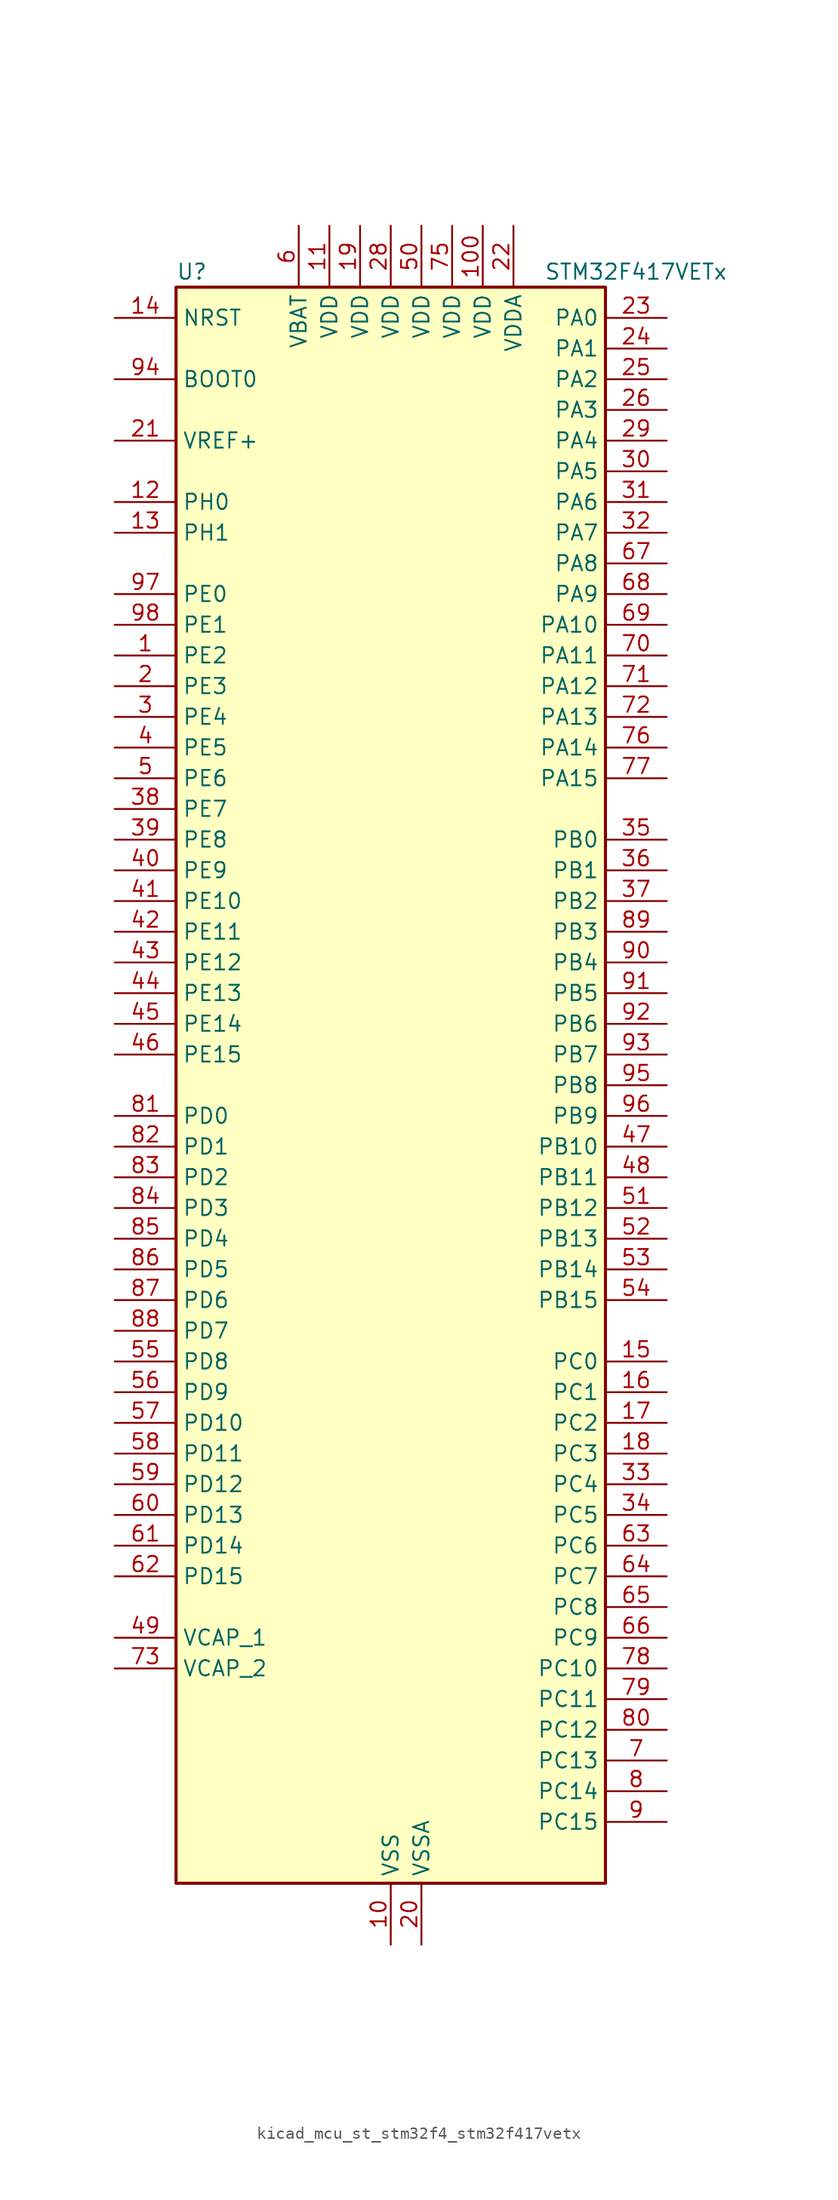
<source format=kicad_sym>
(kicad_symbol_lib
  (version 20220914)
  (generator kicad_symbol_editor)
  (symbol "kicad_mcu_st_stm32f4_stm32f417vetx"
    (property "Reference" "U"
      (at -17.78 67.31 0)
      (effects (font (size 1.27 1.27)) (justify left)))
    (property "Value" "STM32F417VETx"
      (at 12.7 67.31 0)
      (effects (font (size 1.27 1.27)) (justify left)))
    (property "ki_locked" ""
      (at 0 0 0)
      (effects (font (size 1.27 1.27))))
    (symbol "kicad_mcu_st_stm32f4_stm32f417vetx_0_1"
      (rectangle (start -17.78 -66.04) (end 17.78 66.04) (stroke (width 0.254) (type default)) (fill (type background))))
    (symbol "kicad_mcu_st_stm32f4_stm32f417vetx_1_1"
      (pin bidirectional line (at -22.86 35.56 0) (length 5.08) (name "PE2" (effects (font (size 1.27 1.27)))) (number "1" (effects (font (size 1.27 1.27)))) (alternate "ETH_TXD3" bidirectional line) (alternate "FSMC_A23" bidirectional line) (alternate "SYS_TRACECLK" bidirectional line))
      (pin power_in line (at 0 -71.12 90) (length 5.08) (name "VSS" (effects (font (size 1.27 1.27)))) (number "10" (effects (font (size 1.27 1.27)))))
      (pin power_in line (at 7.62 71.12 270) (length 5.08) (name "VDD" (effects (font (size 1.27 1.27)))) (number "100" (effects (font (size 1.27 1.27)))))
      (pin power_in line (at -5.08 71.12 270) (length 5.08) (name "VDD" (effects (font (size 1.27 1.27)))) (number "11" (effects (font (size 1.27 1.27)))))
      (pin bidirectional line (at -22.86 48.26 0) (length 5.08) (name "PH0" (effects (font (size 1.27 1.27)))) (number "12" (effects (font (size 1.27 1.27)))) (alternate "RCC_OSC_IN" bidirectional line))
      (pin bidirectional line (at -22.86 45.72 0) (length 5.08) (name "PH1" (effects (font (size 1.27 1.27)))) (number "13" (effects (font (size 1.27 1.27)))) (alternate "RCC_OSC_OUT" bidirectional line))
      (pin input line (at -22.86 63.5 0) (length 5.08) (name "NRST" (effects (font (size 1.27 1.27)))) (number "14" (effects (font (size 1.27 1.27)))))
      (pin bidirectional line (at 22.86 -22.86 180) (length 5.08) (name "PC0" (effects (font (size 1.27 1.27)))) (number "15" (effects (font (size 1.27 1.27)))) (alternate "ADC1_IN10" bidirectional line) (alternate "ADC2_IN10" bidirectional line) (alternate "ADC3_IN10" bidirectional line) (alternate "USB_OTG_HS_ULPI_STP" bidirectional line))
      (pin bidirectional line (at 22.86 -25.4 180) (length 5.08) (name "PC1" (effects (font (size 1.27 1.27)))) (number "16" (effects (font (size 1.27 1.27)))) (alternate "ADC1_IN11" bidirectional line) (alternate "ADC2_IN11" bidirectional line) (alternate "ADC3_IN11" bidirectional line) (alternate "ETH_MDC" bidirectional line))
      (pin bidirectional line (at 22.86 -27.94 180) (length 5.08) (name "PC2" (effects (font (size 1.27 1.27)))) (number "17" (effects (font (size 1.27 1.27)))) (alternate "ADC1_IN12" bidirectional line) (alternate "ADC2_IN12" bidirectional line) (alternate "ADC3_IN12" bidirectional line) (alternate "ETH_TXD2" bidirectional line) (alternate "I2S2_ext_SD" bidirectional line) (alternate "SPI2_MISO" bidirectional line) (alternate "USB_OTG_HS_ULPI_DIR" bidirectional line))
      (pin bidirectional line (at 22.86 -30.48 180) (length 5.08) (name "PC3" (effects (font (size 1.27 1.27)))) (number "18" (effects (font (size 1.27 1.27)))) (alternate "ADC1_IN13" bidirectional line) (alternate "ADC2_IN13" bidirectional line) (alternate "ADC3_IN13" bidirectional line) (alternate "ETH_TX_CLK" bidirectional line) (alternate "I2S2_SD" bidirectional line) (alternate "SPI2_MOSI" bidirectional line) (alternate "USB_OTG_HS_ULPI_NXT" bidirectional line))
      (pin power_in line (at -2.54 71.12 270) (length 5.08) (name "VDD" (effects (font (size 1.27 1.27)))) (number "19" (effects (font (size 1.27 1.27)))))
      (pin bidirectional line (at -22.86 33.02 0) (length 5.08) (name "PE3" (effects (font (size 1.27 1.27)))) (number "2" (effects (font (size 1.27 1.27)))) (alternate "FSMC_A19" bidirectional line) (alternate "SYS_TRACED0" bidirectional line))
      (pin power_in line (at 2.54 -71.12 90) (length 5.08) (name "VSSA" (effects (font (size 1.27 1.27)))) (number "20" (effects (font (size 1.27 1.27)))))
      (pin input line (at -22.86 53.34 0) (length 5.08) (name "VREF+" (effects (font (size 1.27 1.27)))) (number "21" (effects (font (size 1.27 1.27)))))
      (pin power_in line (at 10.16 71.12 270) (length 5.08) (name "VDDA" (effects (font (size 1.27 1.27)))) (number "22" (effects (font (size 1.27 1.27)))))
      (pin bidirectional line (at 22.86 63.5 180) (length 5.08) (name "PA0" (effects (font (size 1.27 1.27)))) (number "23" (effects (font (size 1.27 1.27)))) (alternate "ADC1_IN0" bidirectional line) (alternate "ADC2_IN0" bidirectional line) (alternate "ADC3_IN0" bidirectional line) (alternate "ETH_CRS" bidirectional line) (alternate "SYS_WKUP" bidirectional line) (alternate "TIM2_CH1" bidirectional line) (alternate "TIM2_ETR" bidirectional line) (alternate "TIM5_CH1" bidirectional line) (alternate "TIM8_ETR" bidirectional line) (alternate "UART4_TX" bidirectional line) (alternate "USART2_CTS" bidirectional line))
      (pin bidirectional line (at 22.86 60.96 180) (length 5.08) (name "PA1" (effects (font (size 1.27 1.27)))) (number "24" (effects (font (size 1.27 1.27)))) (alternate "ADC1_IN1" bidirectional line) (alternate "ADC2_IN1" bidirectional line) (alternate "ADC3_IN1" bidirectional line) (alternate "ETH_REF_CLK" bidirectional line) (alternate "ETH_RX_CLK" bidirectional line) (alternate "TIM2_CH2" bidirectional line) (alternate "TIM5_CH2" bidirectional line) (alternate "UART4_RX" bidirectional line) (alternate "USART2_RTS" bidirectional line))
      (pin bidirectional line (at 22.86 58.42 180) (length 5.08) (name "PA2" (effects (font (size 1.27 1.27)))) (number "25" (effects (font (size 1.27 1.27)))) (alternate "ADC1_IN2" bidirectional line) (alternate "ADC2_IN2" bidirectional line) (alternate "ADC3_IN2" bidirectional line) (alternate "ETH_MDIO" bidirectional line) (alternate "TIM2_CH3" bidirectional line) (alternate "TIM5_CH3" bidirectional line) (alternate "TIM9_CH1" bidirectional line) (alternate "USART2_TX" bidirectional line))
      (pin bidirectional line (at 22.86 55.88 180) (length 5.08) (name "PA3" (effects (font (size 1.27 1.27)))) (number "26" (effects (font (size 1.27 1.27)))) (alternate "ADC1_IN3" bidirectional line) (alternate "ADC2_IN3" bidirectional line) (alternate "ADC3_IN3" bidirectional line) (alternate "ETH_COL" bidirectional line) (alternate "TIM2_CH4" bidirectional line) (alternate "TIM5_CH4" bidirectional line) (alternate "TIM9_CH2" bidirectional line) (alternate "USART2_RX" bidirectional line) (alternate "USB_OTG_HS_ULPI_D0" bidirectional line))
      (pin passive line (at 0 -71.12 90) (length 5.08) hide (name "VSS" (effects (font (size 1.27 1.27)))) (number "27" (effects (font (size 1.27 1.27)))))
      (pin power_in line (at 0 71.12 270) (length 5.08) (name "VDD" (effects (font (size 1.27 1.27)))) (number "28" (effects (font (size 1.27 1.27)))))
      (pin bidirectional line (at 22.86 53.34 180) (length 5.08) (name "PA4" (effects (font (size 1.27 1.27)))) (number "29" (effects (font (size 1.27 1.27)))) (alternate "ADC1_IN4" bidirectional line) (alternate "ADC2_IN4" bidirectional line) (alternate "DAC_OUT1" bidirectional line) (alternate "DCMI_HSYNC" bidirectional line) (alternate "I2S3_WS" bidirectional line) (alternate "SPI1_NSS" bidirectional line) (alternate "SPI3_NSS" bidirectional line) (alternate "USART2_CK" bidirectional line) (alternate "USB_OTG_HS_SOF" bidirectional line))
      (pin bidirectional line (at -22.86 30.48 0) (length 5.08) (name "PE4" (effects (font (size 1.27 1.27)))) (number "3" (effects (font (size 1.27 1.27)))) (alternate "DCMI_D4" bidirectional line) (alternate "FSMC_A20" bidirectional line) (alternate "SYS_TRACED1" bidirectional line))
      (pin bidirectional line (at 22.86 50.8 180) (length 5.08) (name "PA5" (effects (font (size 1.27 1.27)))) (number "30" (effects (font (size 1.27 1.27)))) (alternate "ADC1_IN5" bidirectional line) (alternate "ADC2_IN5" bidirectional line) (alternate "DAC_OUT2" bidirectional line) (alternate "SPI1_SCK" bidirectional line) (alternate "TIM2_CH1" bidirectional line) (alternate "TIM2_ETR" bidirectional line) (alternate "TIM8_CH1N" bidirectional line) (alternate "USB_OTG_HS_ULPI_CK" bidirectional line))
      (pin bidirectional line (at 22.86 48.26 180) (length 5.08) (name "PA6" (effects (font (size 1.27 1.27)))) (number "31" (effects (font (size 1.27 1.27)))) (alternate "ADC1_IN6" bidirectional line) (alternate "ADC2_IN6" bidirectional line) (alternate "DCMI_PIXCLK" bidirectional line) (alternate "SPI1_MISO" bidirectional line) (alternate "TIM13_CH1" bidirectional line) (alternate "TIM1_BKIN" bidirectional line) (alternate "TIM3_CH1" bidirectional line) (alternate "TIM8_BKIN" bidirectional line))
      (pin bidirectional line (at 22.86 45.72 180) (length 5.08) (name "PA7" (effects (font (size 1.27 1.27)))) (number "32" (effects (font (size 1.27 1.27)))) (alternate "ADC1_IN7" bidirectional line) (alternate "ADC2_IN7" bidirectional line) (alternate "ETH_CRS_DV" bidirectional line) (alternate "ETH_RX_DV" bidirectional line) (alternate "SPI1_MOSI" bidirectional line) (alternate "TIM14_CH1" bidirectional line) (alternate "TIM1_CH1N" bidirectional line) (alternate "TIM3_CH2" bidirectional line) (alternate "TIM8_CH1N" bidirectional line))
      (pin bidirectional line (at 22.86 -33.02 180) (length 5.08) (name "PC4" (effects (font (size 1.27 1.27)))) (number "33" (effects (font (size 1.27 1.27)))) (alternate "ADC1_IN14" bidirectional line) (alternate "ADC2_IN14" bidirectional line) (alternate "ETH_RXD0" bidirectional line))
      (pin bidirectional line (at 22.86 -35.56 180) (length 5.08) (name "PC5" (effects (font (size 1.27 1.27)))) (number "34" (effects (font (size 1.27 1.27)))) (alternate "ADC1_IN15" bidirectional line) (alternate "ADC2_IN15" bidirectional line) (alternate "ETH_RXD1" bidirectional line))
      (pin bidirectional line (at 22.86 20.32 180) (length 5.08) (name "PB0" (effects (font (size 1.27 1.27)))) (number "35" (effects (font (size 1.27 1.27)))) (alternate "ADC1_IN8" bidirectional line) (alternate "ADC2_IN8" bidirectional line) (alternate "ETH_RXD2" bidirectional line) (alternate "TIM1_CH2N" bidirectional line) (alternate "TIM3_CH3" bidirectional line) (alternate "TIM8_CH2N" bidirectional line) (alternate "USB_OTG_HS_ULPI_D1" bidirectional line))
      (pin bidirectional line (at 22.86 17.78 180) (length 5.08) (name "PB1" (effects (font (size 1.27 1.27)))) (number "36" (effects (font (size 1.27 1.27)))) (alternate "ADC1_IN9" bidirectional line) (alternate "ADC2_IN9" bidirectional line) (alternate "ETH_RXD3" bidirectional line) (alternate "TIM1_CH3N" bidirectional line) (alternate "TIM3_CH4" bidirectional line) (alternate "TIM8_CH3N" bidirectional line) (alternate "USB_OTG_HS_ULPI_D2" bidirectional line))
      (pin bidirectional line (at 22.86 15.24 180) (length 5.08) (name "PB2" (effects (font (size 1.27 1.27)))) (number "37" (effects (font (size 1.27 1.27)))))
      (pin bidirectional line (at -22.86 22.86 0) (length 5.08) (name "PE7" (effects (font (size 1.27 1.27)))) (number "38" (effects (font (size 1.27 1.27)))) (alternate "FSMC_D4" bidirectional line) (alternate "FSMC_DA4" bidirectional line) (alternate "TIM1_ETR" bidirectional line))
      (pin bidirectional line (at -22.86 20.32 0) (length 5.08) (name "PE8" (effects (font (size 1.27 1.27)))) (number "39" (effects (font (size 1.27 1.27)))) (alternate "FSMC_D5" bidirectional line) (alternate "FSMC_DA5" bidirectional line) (alternate "TIM1_CH1N" bidirectional line))
      (pin bidirectional line (at -22.86 27.94 0) (length 5.08) (name "PE5" (effects (font (size 1.27 1.27)))) (number "4" (effects (font (size 1.27 1.27)))) (alternate "DCMI_D6" bidirectional line) (alternate "FSMC_A21" bidirectional line) (alternate "SYS_TRACED2" bidirectional line) (alternate "TIM9_CH1" bidirectional line))
      (pin bidirectional line (at -22.86 17.78 0) (length 5.08) (name "PE9" (effects (font (size 1.27 1.27)))) (number "40" (effects (font (size 1.27 1.27)))) (alternate "DAC_EXTI9" bidirectional line) (alternate "FSMC_D6" bidirectional line) (alternate "FSMC_DA6" bidirectional line) (alternate "TIM1_CH1" bidirectional line))
      (pin bidirectional line (at -22.86 15.24 0) (length 5.08) (name "PE10" (effects (font (size 1.27 1.27)))) (number "41" (effects (font (size 1.27 1.27)))) (alternate "FSMC_D7" bidirectional line) (alternate "FSMC_DA7" bidirectional line) (alternate "TIM1_CH2N" bidirectional line))
      (pin bidirectional line (at -22.86 12.7 0) (length 5.08) (name "PE11" (effects (font (size 1.27 1.27)))) (number "42" (effects (font (size 1.27 1.27)))) (alternate "ADC1_EXTI11" bidirectional line) (alternate "ADC2_EXTI11" bidirectional line) (alternate "ADC3_EXTI11" bidirectional line) (alternate "FSMC_D8" bidirectional line) (alternate "FSMC_DA8" bidirectional line) (alternate "TIM1_CH2" bidirectional line))
      (pin bidirectional line (at -22.86 10.16 0) (length 5.08) (name "PE12" (effects (font (size 1.27 1.27)))) (number "43" (effects (font (size 1.27 1.27)))) (alternate "FSMC_D9" bidirectional line) (alternate "FSMC_DA9" bidirectional line) (alternate "TIM1_CH3N" bidirectional line))
      (pin bidirectional line (at -22.86 7.62 0) (length 5.08) (name "PE13" (effects (font (size 1.27 1.27)))) (number "44" (effects (font (size 1.27 1.27)))) (alternate "FSMC_D10" bidirectional line) (alternate "FSMC_DA10" bidirectional line) (alternate "TIM1_CH3" bidirectional line))
      (pin bidirectional line (at -22.86 5.08 0) (length 5.08) (name "PE14" (effects (font (size 1.27 1.27)))) (number "45" (effects (font (size 1.27 1.27)))) (alternate "FSMC_D11" bidirectional line) (alternate "FSMC_DA11" bidirectional line) (alternate "TIM1_CH4" bidirectional line))
      (pin bidirectional line (at -22.86 2.54 0) (length 5.08) (name "PE15" (effects (font (size 1.27 1.27)))) (number "46" (effects (font (size 1.27 1.27)))) (alternate "ADC1_EXTI15" bidirectional line) (alternate "ADC2_EXTI15" bidirectional line) (alternate "ADC3_EXTI15" bidirectional line) (alternate "FSMC_D12" bidirectional line) (alternate "FSMC_DA12" bidirectional line) (alternate "TIM1_BKIN" bidirectional line))
      (pin bidirectional line (at 22.86 -5.08 180) (length 5.08) (name "PB10" (effects (font (size 1.27 1.27)))) (number "47" (effects (font (size 1.27 1.27)))) (alternate "ETH_RX_ER" bidirectional line) (alternate "I2C2_SCL" bidirectional line) (alternate "I2S2_CK" bidirectional line) (alternate "SPI2_SCK" bidirectional line) (alternate "TIM2_CH3" bidirectional line) (alternate "USART3_TX" bidirectional line) (alternate "USB_OTG_HS_ULPI_D3" bidirectional line))
      (pin bidirectional line (at 22.86 -7.62 180) (length 5.08) (name "PB11" (effects (font (size 1.27 1.27)))) (number "48" (effects (font (size 1.27 1.27)))) (alternate "ADC1_EXTI11" bidirectional line) (alternate "ADC2_EXTI11" bidirectional line) (alternate "ADC3_EXTI11" bidirectional line) (alternate "ETH_TX_EN" bidirectional line) (alternate "I2C2_SDA" bidirectional line) (alternate "TIM2_CH4" bidirectional line) (alternate "USART3_RX" bidirectional line) (alternate "USB_OTG_HS_ULPI_D4" bidirectional line))
      (pin power_out line (at -22.86 -45.72 0) (length 5.08) (name "VCAP_1" (effects (font (size 1.27 1.27)))) (number "49" (effects (font (size 1.27 1.27)))))
      (pin bidirectional line (at -22.86 25.4 0) (length 5.08) (name "PE6" (effects (font (size 1.27 1.27)))) (number "5" (effects (font (size 1.27 1.27)))) (alternate "DCMI_D7" bidirectional line) (alternate "FSMC_A22" bidirectional line) (alternate "SYS_TRACED3" bidirectional line) (alternate "TIM9_CH2" bidirectional line))
      (pin power_in line (at 2.54 71.12 270) (length 5.08) (name "VDD" (effects (font (size 1.27 1.27)))) (number "50" (effects (font (size 1.27 1.27)))))
      (pin bidirectional line (at 22.86 -10.16 180) (length 5.08) (name "PB12" (effects (font (size 1.27 1.27)))) (number "51" (effects (font (size 1.27 1.27)))) (alternate "CAN2_RX" bidirectional line) (alternate "ETH_TXD0" bidirectional line) (alternate "I2C2_SMBA" bidirectional line) (alternate "I2S2_WS" bidirectional line) (alternate "SPI2_NSS" bidirectional line) (alternate "TIM1_BKIN" bidirectional line) (alternate "USART3_CK" bidirectional line) (alternate "USB_OTG_HS_ID" bidirectional line) (alternate "USB_OTG_HS_ULPI_D5" bidirectional line))
      (pin bidirectional line (at 22.86 -12.7 180) (length 5.08) (name "PB13" (effects (font (size 1.27 1.27)))) (number "52" (effects (font (size 1.27 1.27)))) (alternate "CAN2_TX" bidirectional line) (alternate "ETH_TXD1" bidirectional line) (alternate "I2S2_CK" bidirectional line) (alternate "SPI2_SCK" bidirectional line) (alternate "TIM1_CH1N" bidirectional line) (alternate "USART3_CTS" bidirectional line) (alternate "USB_OTG_HS_ULPI_D6" bidirectional line) (alternate "USB_OTG_HS_VBUS" bidirectional line))
      (pin bidirectional line (at 22.86 -15.24 180) (length 5.08) (name "PB14" (effects (font (size 1.27 1.27)))) (number "53" (effects (font (size 1.27 1.27)))) (alternate "I2S2_ext_SD" bidirectional line) (alternate "SPI2_MISO" bidirectional line) (alternate "TIM12_CH1" bidirectional line) (alternate "TIM1_CH2N" bidirectional line) (alternate "TIM8_CH2N" bidirectional line) (alternate "USART3_RTS" bidirectional line) (alternate "USB_OTG_HS_DM" bidirectional line))
      (pin bidirectional line (at 22.86 -17.78 180) (length 5.08) (name "PB15" (effects (font (size 1.27 1.27)))) (number "54" (effects (font (size 1.27 1.27)))) (alternate "ADC1_EXTI15" bidirectional line) (alternate "ADC2_EXTI15" bidirectional line) (alternate "ADC3_EXTI15" bidirectional line) (alternate "I2S2_SD" bidirectional line) (alternate "RTC_REFIN" bidirectional line) (alternate "SPI2_MOSI" bidirectional line) (alternate "TIM12_CH2" bidirectional line) (alternate "TIM1_CH3N" bidirectional line) (alternate "TIM8_CH3N" bidirectional line) (alternate "USB_OTG_HS_DP" bidirectional line))
      (pin bidirectional line (at -22.86 -22.86 0) (length 5.08) (name "PD8" (effects (font (size 1.27 1.27)))) (number "55" (effects (font (size 1.27 1.27)))) (alternate "FSMC_D13" bidirectional line) (alternate "FSMC_DA13" bidirectional line) (alternate "USART3_TX" bidirectional line))
      (pin bidirectional line (at -22.86 -25.4 0) (length 5.08) (name "PD9" (effects (font (size 1.27 1.27)))) (number "56" (effects (font (size 1.27 1.27)))) (alternate "DAC_EXTI9" bidirectional line) (alternate "FSMC_D14" bidirectional line) (alternate "FSMC_DA14" bidirectional line) (alternate "USART3_RX" bidirectional line))
      (pin bidirectional line (at -22.86 -27.94 0) (length 5.08) (name "PD10" (effects (font (size 1.27 1.27)))) (number "57" (effects (font (size 1.27 1.27)))) (alternate "FSMC_D15" bidirectional line) (alternate "FSMC_DA15" bidirectional line) (alternate "USART3_CK" bidirectional line))
      (pin bidirectional line (at -22.86 -30.48 0) (length 5.08) (name "PD11" (effects (font (size 1.27 1.27)))) (number "58" (effects (font (size 1.27 1.27)))) (alternate "ADC1_EXTI11" bidirectional line) (alternate "ADC2_EXTI11" bidirectional line) (alternate "ADC3_EXTI11" bidirectional line) (alternate "FSMC_A16" bidirectional line) (alternate "FSMC_CLE" bidirectional line) (alternate "USART3_CTS" bidirectional line))
      (pin bidirectional line (at -22.86 -33.02 0) (length 5.08) (name "PD12" (effects (font (size 1.27 1.27)))) (number "59" (effects (font (size 1.27 1.27)))) (alternate "FSMC_A17" bidirectional line) (alternate "FSMC_ALE" bidirectional line) (alternate "TIM4_CH1" bidirectional line) (alternate "USART3_RTS" bidirectional line))
      (pin power_in line (at -7.62 71.12 270) (length 5.08) (name "VBAT" (effects (font (size 1.27 1.27)))) (number "6" (effects (font (size 1.27 1.27)))))
      (pin bidirectional line (at -22.86 -35.56 0) (length 5.08) (name "PD13" (effects (font (size 1.27 1.27)))) (number "60" (effects (font (size 1.27 1.27)))) (alternate "FSMC_A18" bidirectional line) (alternate "TIM4_CH2" bidirectional line))
      (pin bidirectional line (at -22.86 -38.1 0) (length 5.08) (name "PD14" (effects (font (size 1.27 1.27)))) (number "61" (effects (font (size 1.27 1.27)))) (alternate "FSMC_D0" bidirectional line) (alternate "FSMC_DA0" bidirectional line) (alternate "TIM4_CH3" bidirectional line))
      (pin bidirectional line (at -22.86 -40.64 0) (length 5.08) (name "PD15" (effects (font (size 1.27 1.27)))) (number "62" (effects (font (size 1.27 1.27)))) (alternate "ADC1_EXTI15" bidirectional line) (alternate "ADC2_EXTI15" bidirectional line) (alternate "ADC3_EXTI15" bidirectional line) (alternate "FSMC_D1" bidirectional line) (alternate "FSMC_DA1" bidirectional line) (alternate "TIM4_CH4" bidirectional line))
      (pin bidirectional line (at 22.86 -38.1 180) (length 5.08) (name "PC6" (effects (font (size 1.27 1.27)))) (number "63" (effects (font (size 1.27 1.27)))) (alternate "DCMI_D0" bidirectional line) (alternate "I2S2_MCK" bidirectional line) (alternate "SDIO_D6" bidirectional line) (alternate "TIM3_CH1" bidirectional line) (alternate "TIM8_CH1" bidirectional line) (alternate "USART6_TX" bidirectional line))
      (pin bidirectional line (at 22.86 -40.64 180) (length 5.08) (name "PC7" (effects (font (size 1.27 1.27)))) (number "64" (effects (font (size 1.27 1.27)))) (alternate "DCMI_D1" bidirectional line) (alternate "I2S3_MCK" bidirectional line) (alternate "SDIO_D7" bidirectional line) (alternate "TIM3_CH2" bidirectional line) (alternate "TIM8_CH2" bidirectional line) (alternate "USART6_RX" bidirectional line))
      (pin bidirectional line (at 22.86 -43.18 180) (length 5.08) (name "PC8" (effects (font (size 1.27 1.27)))) (number "65" (effects (font (size 1.27 1.27)))) (alternate "DCMI_D2" bidirectional line) (alternate "SDIO_D0" bidirectional line) (alternate "TIM3_CH3" bidirectional line) (alternate "TIM8_CH3" bidirectional line) (alternate "USART6_CK" bidirectional line))
      (pin bidirectional line (at 22.86 -45.72 180) (length 5.08) (name "PC9" (effects (font (size 1.27 1.27)))) (number "66" (effects (font (size 1.27 1.27)))) (alternate "DAC_EXTI9" bidirectional line) (alternate "DCMI_D3" bidirectional line) (alternate "I2C3_SDA" bidirectional line) (alternate "I2S_CKIN" bidirectional line) (alternate "RCC_MCO_2" bidirectional line) (alternate "SDIO_D1" bidirectional line) (alternate "TIM3_CH4" bidirectional line) (alternate "TIM8_CH4" bidirectional line))
      (pin bidirectional line (at 22.86 43.18 180) (length 5.08) (name "PA8" (effects (font (size 1.27 1.27)))) (number "67" (effects (font (size 1.27 1.27)))) (alternate "I2C3_SCL" bidirectional line) (alternate "RCC_MCO_1" bidirectional line) (alternate "TIM1_CH1" bidirectional line) (alternate "USART1_CK" bidirectional line) (alternate "USB_OTG_FS_SOF" bidirectional line))
      (pin bidirectional line (at 22.86 40.64 180) (length 5.08) (name "PA9" (effects (font (size 1.27 1.27)))) (number "68" (effects (font (size 1.27 1.27)))) (alternate "DAC_EXTI9" bidirectional line) (alternate "DCMI_D0" bidirectional line) (alternate "I2C3_SMBA" bidirectional line) (alternate "TIM1_CH2" bidirectional line) (alternate "USART1_TX" bidirectional line) (alternate "USB_OTG_FS_VBUS" bidirectional line))
      (pin bidirectional line (at 22.86 38.1 180) (length 5.08) (name "PA10" (effects (font (size 1.27 1.27)))) (number "69" (effects (font (size 1.27 1.27)))) (alternate "DCMI_D1" bidirectional line) (alternate "TIM1_CH3" bidirectional line) (alternate "USART1_RX" bidirectional line) (alternate "USB_OTG_FS_ID" bidirectional line))
      (pin bidirectional line (at 22.86 -55.88 180) (length 5.08) (name "PC13" (effects (font (size 1.27 1.27)))) (number "7" (effects (font (size 1.27 1.27)))) (alternate "RTC_AF1" bidirectional line))
      (pin bidirectional line (at 22.86 35.56 180) (length 5.08) (name "PA11" (effects (font (size 1.27 1.27)))) (number "70" (effects (font (size 1.27 1.27)))) (alternate "ADC1_EXTI11" bidirectional line) (alternate "ADC2_EXTI11" bidirectional line) (alternate "ADC3_EXTI11" bidirectional line) (alternate "CAN1_RX" bidirectional line) (alternate "TIM1_CH4" bidirectional line) (alternate "USART1_CTS" bidirectional line) (alternate "USB_OTG_FS_DM" bidirectional line))
      (pin bidirectional line (at 22.86 33.02 180) (length 5.08) (name "PA12" (effects (font (size 1.27 1.27)))) (number "71" (effects (font (size 1.27 1.27)))) (alternate "CAN1_TX" bidirectional line) (alternate "TIM1_ETR" bidirectional line) (alternate "USART1_RTS" bidirectional line) (alternate "USB_OTG_FS_DP" bidirectional line))
      (pin bidirectional line (at 22.86 30.48 180) (length 5.08) (name "PA13" (effects (font (size 1.27 1.27)))) (number "72" (effects (font (size 1.27 1.27)))) (alternate "SYS_JTMS-SWDIO" bidirectional line))
      (pin power_out line (at -22.86 -48.26 0) (length 5.08) (name "VCAP_2" (effects (font (size 1.27 1.27)))) (number "73" (effects (font (size 1.27 1.27)))))
      (pin passive line (at 0 -71.12 90) (length 5.08) hide (name "VSS" (effects (font (size 1.27 1.27)))) (number "74" (effects (font (size 1.27 1.27)))))
      (pin power_in line (at 5.08 71.12 270) (length 5.08) (name "VDD" (effects (font (size 1.27 1.27)))) (number "75" (effects (font (size 1.27 1.27)))))
      (pin bidirectional line (at 22.86 27.94 180) (length 5.08) (name "PA14" (effects (font (size 1.27 1.27)))) (number "76" (effects (font (size 1.27 1.27)))) (alternate "SYS_JTCK-SWCLK" bidirectional line))
      (pin bidirectional line (at 22.86 25.4 180) (length 5.08) (name "PA15" (effects (font (size 1.27 1.27)))) (number "77" (effects (font (size 1.27 1.27)))) (alternate "ADC1_EXTI15" bidirectional line) (alternate "ADC2_EXTI15" bidirectional line) (alternate "ADC3_EXTI15" bidirectional line) (alternate "I2S3_WS" bidirectional line) (alternate "SPI1_NSS" bidirectional line) (alternate "SPI3_NSS" bidirectional line) (alternate "SYS_JTDI" bidirectional line) (alternate "TIM2_CH1" bidirectional line) (alternate "TIM2_ETR" bidirectional line))
      (pin bidirectional line (at 22.86 -48.26 180) (length 5.08) (name "PC10" (effects (font (size 1.27 1.27)))) (number "78" (effects (font (size 1.27 1.27)))) (alternate "DCMI_D8" bidirectional line) (alternate "I2S3_CK" bidirectional line) (alternate "SDIO_D2" bidirectional line) (alternate "SPI3_SCK" bidirectional line) (alternate "UART4_TX" bidirectional line) (alternate "USART3_TX" bidirectional line))
      (pin bidirectional line (at 22.86 -50.8 180) (length 5.08) (name "PC11" (effects (font (size 1.27 1.27)))) (number "79" (effects (font (size 1.27 1.27)))) (alternate "ADC1_EXTI11" bidirectional line) (alternate "ADC2_EXTI11" bidirectional line) (alternate "ADC3_EXTI11" bidirectional line) (alternate "DCMI_D4" bidirectional line) (alternate "I2S3_ext_SD" bidirectional line) (alternate "SDIO_D3" bidirectional line) (alternate "SPI3_MISO" bidirectional line) (alternate "UART4_RX" bidirectional line) (alternate "USART3_RX" bidirectional line))
      (pin bidirectional line (at 22.86 -58.42 180) (length 5.08) (name "PC14" (effects (font (size 1.27 1.27)))) (number "8" (effects (font (size 1.27 1.27)))) (alternate "RCC_OSC32_IN" bidirectional line))
      (pin bidirectional line (at 22.86 -53.34 180) (length 5.08) (name "PC12" (effects (font (size 1.27 1.27)))) (number "80" (effects (font (size 1.27 1.27)))) (alternate "DCMI_D9" bidirectional line) (alternate "I2S3_SD" bidirectional line) (alternate "SDIO_CK" bidirectional line) (alternate "SPI3_MOSI" bidirectional line) (alternate "UART5_TX" bidirectional line) (alternate "USART3_CK" bidirectional line))
      (pin bidirectional line (at -22.86 -2.54 0) (length 5.08) (name "PD0" (effects (font (size 1.27 1.27)))) (number "81" (effects (font (size 1.27 1.27)))) (alternate "CAN1_RX" bidirectional line) (alternate "FSMC_D2" bidirectional line) (alternate "FSMC_DA2" bidirectional line))
      (pin bidirectional line (at -22.86 -5.08 0) (length 5.08) (name "PD1" (effects (font (size 1.27 1.27)))) (number "82" (effects (font (size 1.27 1.27)))) (alternate "CAN1_TX" bidirectional line) (alternate "FSMC_D3" bidirectional line) (alternate "FSMC_DA3" bidirectional line))
      (pin bidirectional line (at -22.86 -7.62 0) (length 5.08) (name "PD2" (effects (font (size 1.27 1.27)))) (number "83" (effects (font (size 1.27 1.27)))) (alternate "DCMI_D11" bidirectional line) (alternate "SDIO_CMD" bidirectional line) (alternate "TIM3_ETR" bidirectional line) (alternate "UART5_RX" bidirectional line))
      (pin bidirectional line (at -22.86 -10.16 0) (length 5.08) (name "PD3" (effects (font (size 1.27 1.27)))) (number "84" (effects (font (size 1.27 1.27)))) (alternate "FSMC_CLK" bidirectional line) (alternate "USART2_CTS" bidirectional line))
      (pin bidirectional line (at -22.86 -12.7 0) (length 5.08) (name "PD4" (effects (font (size 1.27 1.27)))) (number "85" (effects (font (size 1.27 1.27)))) (alternate "FSMC_NOE" bidirectional line) (alternate "USART2_RTS" bidirectional line))
      (pin bidirectional line (at -22.86 -15.24 0) (length 5.08) (name "PD5" (effects (font (size 1.27 1.27)))) (number "86" (effects (font (size 1.27 1.27)))) (alternate "FSMC_NWE" bidirectional line) (alternate "USART2_TX" bidirectional line))
      (pin bidirectional line (at -22.86 -17.78 0) (length 5.08) (name "PD6" (effects (font (size 1.27 1.27)))) (number "87" (effects (font (size 1.27 1.27)))) (alternate "FSMC_NWAIT" bidirectional line) (alternate "USART2_RX" bidirectional line))
      (pin bidirectional line (at -22.86 -20.32 0) (length 5.08) (name "PD7" (effects (font (size 1.27 1.27)))) (number "88" (effects (font (size 1.27 1.27)))) (alternate "FSMC_NCE2" bidirectional line) (alternate "FSMC_NE1" bidirectional line) (alternate "USART2_CK" bidirectional line))
      (pin bidirectional line (at 22.86 12.7 180) (length 5.08) (name "PB3" (effects (font (size 1.27 1.27)))) (number "89" (effects (font (size 1.27 1.27)))) (alternate "I2S3_CK" bidirectional line) (alternate "SPI1_SCK" bidirectional line) (alternate "SPI3_SCK" bidirectional line) (alternate "SYS_JTDO-SWO" bidirectional line) (alternate "TIM2_CH2" bidirectional line))
      (pin bidirectional line (at 22.86 -60.96 180) (length 5.08) (name "PC15" (effects (font (size 1.27 1.27)))) (number "9" (effects (font (size 1.27 1.27)))) (alternate "ADC1_EXTI15" bidirectional line) (alternate "ADC2_EXTI15" bidirectional line) (alternate "ADC3_EXTI15" bidirectional line) (alternate "RCC_OSC32_OUT" bidirectional line))
      (pin bidirectional line (at 22.86 10.16 180) (length 5.08) (name "PB4" (effects (font (size 1.27 1.27)))) (number "90" (effects (font (size 1.27 1.27)))) (alternate "I2S3_ext_SD" bidirectional line) (alternate "SPI1_MISO" bidirectional line) (alternate "SPI3_MISO" bidirectional line) (alternate "SYS_JTRST" bidirectional line) (alternate "TIM3_CH1" bidirectional line))
      (pin bidirectional line (at 22.86 7.62 180) (length 5.08) (name "PB5" (effects (font (size 1.27 1.27)))) (number "91" (effects (font (size 1.27 1.27)))) (alternate "CAN2_RX" bidirectional line) (alternate "DCMI_D10" bidirectional line) (alternate "ETH_PPS_OUT" bidirectional line) (alternate "I2C1_SMBA" bidirectional line) (alternate "I2S3_SD" bidirectional line) (alternate "SPI1_MOSI" bidirectional line) (alternate "SPI3_MOSI" bidirectional line) (alternate "TIM3_CH2" bidirectional line) (alternate "USB_OTG_HS_ULPI_D7" bidirectional line))
      (pin bidirectional line (at 22.86 5.08 180) (length 5.08) (name "PB6" (effects (font (size 1.27 1.27)))) (number "92" (effects (font (size 1.27 1.27)))) (alternate "CAN2_TX" bidirectional line) (alternate "DCMI_D5" bidirectional line) (alternate "I2C1_SCL" bidirectional line) (alternate "TIM4_CH1" bidirectional line) (alternate "USART1_TX" bidirectional line))
      (pin bidirectional line (at 22.86 2.54 180) (length 5.08) (name "PB7" (effects (font (size 1.27 1.27)))) (number "93" (effects (font (size 1.27 1.27)))) (alternate "DCMI_VSYNC" bidirectional line) (alternate "FSMC_NL" bidirectional line) (alternate "I2C1_SDA" bidirectional line) (alternate "TIM4_CH2" bidirectional line) (alternate "USART1_RX" bidirectional line))
      (pin input line (at -22.86 58.42 0) (length 5.08) (name "BOOT0" (effects (font (size 1.27 1.27)))) (number "94" (effects (font (size 1.27 1.27)))))
      (pin bidirectional line (at 22.86 0 180) (length 5.08) (name "PB8" (effects (font (size 1.27 1.27)))) (number "95" (effects (font (size 1.27 1.27)))) (alternate "CAN1_RX" bidirectional line) (alternate "DCMI_D6" bidirectional line) (alternate "ETH_TXD3" bidirectional line) (alternate "I2C1_SCL" bidirectional line) (alternate "SDIO_D4" bidirectional line) (alternate "TIM10_CH1" bidirectional line) (alternate "TIM4_CH3" bidirectional line))
      (pin bidirectional line (at 22.86 -2.54 180) (length 5.08) (name "PB9" (effects (font (size 1.27 1.27)))) (number "96" (effects (font (size 1.27 1.27)))) (alternate "CAN1_TX" bidirectional line) (alternate "DAC_EXTI9" bidirectional line) (alternate "DCMI_D7" bidirectional line) (alternate "I2C1_SDA" bidirectional line) (alternate "I2S2_WS" bidirectional line) (alternate "SDIO_D5" bidirectional line) (alternate "SPI2_NSS" bidirectional line) (alternate "TIM11_CH1" bidirectional line) (alternate "TIM4_CH4" bidirectional line))
      (pin bidirectional line (at -22.86 40.64 0) (length 5.08) (name "PE0" (effects (font (size 1.27 1.27)))) (number "97" (effects (font (size 1.27 1.27)))) (alternate "DCMI_D2" bidirectional line) (alternate "FSMC_NBL0" bidirectional line) (alternate "TIM4_ETR" bidirectional line))
      (pin bidirectional line (at -22.86 38.1 0) (length 5.08) (name "PE1" (effects (font (size 1.27 1.27)))) (number "98" (effects (font (size 1.27 1.27)))) (alternate "DCMI_D3" bidirectional line) (alternate "FSMC_NBL1" bidirectional line))
      (pin passive line (at 0 -71.12 90) (length 5.08) hide (name "VSS" (effects (font (size 1.27 1.27)))) (number "99" (effects (font (size 1.27 1.27))))))))
</source>
